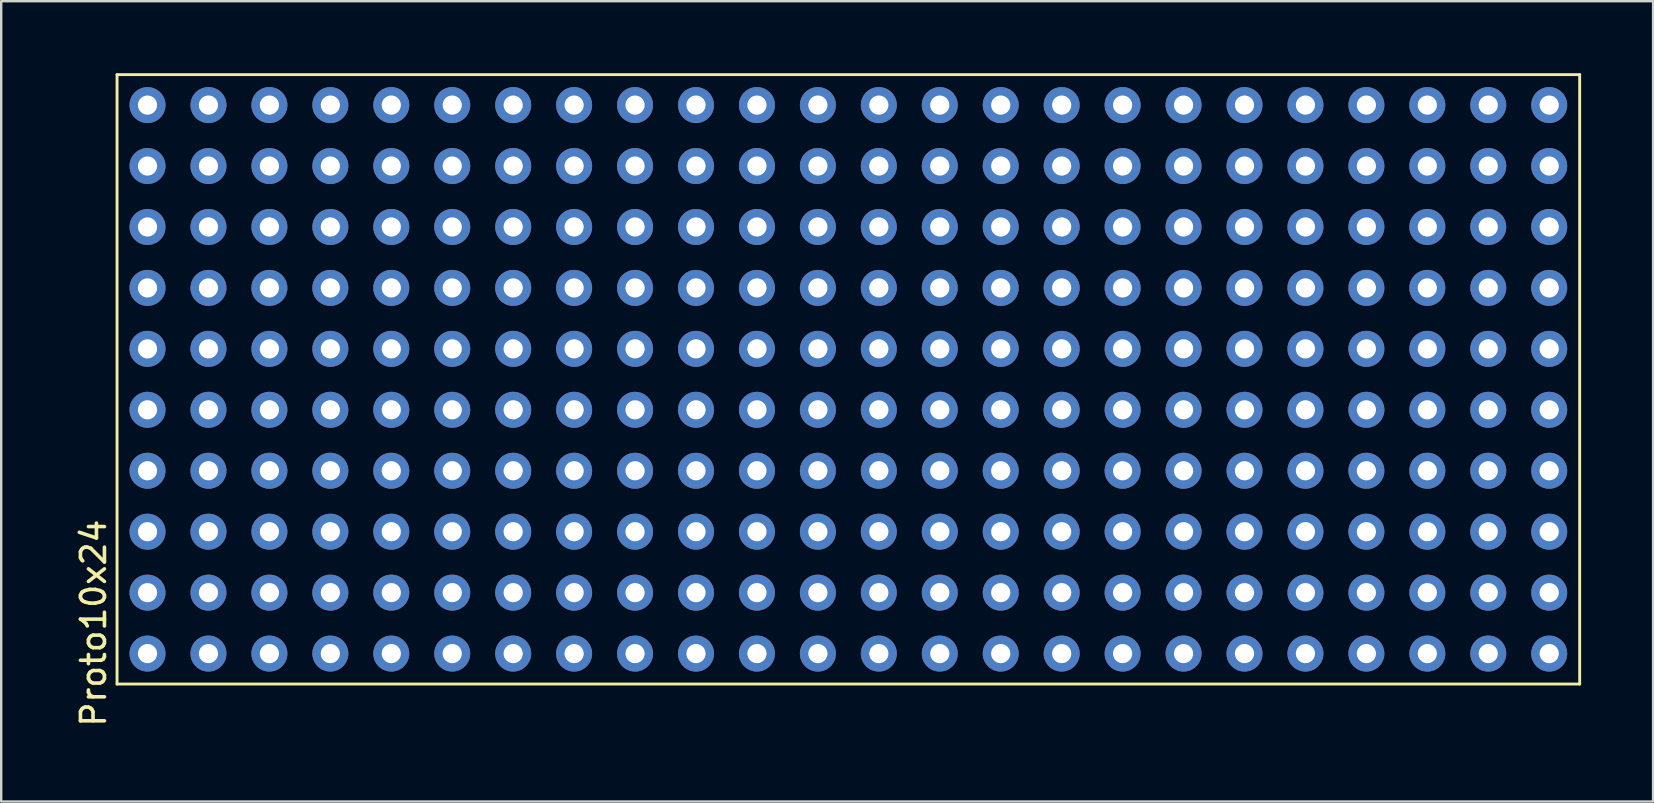
<source format=kicad_pcb>
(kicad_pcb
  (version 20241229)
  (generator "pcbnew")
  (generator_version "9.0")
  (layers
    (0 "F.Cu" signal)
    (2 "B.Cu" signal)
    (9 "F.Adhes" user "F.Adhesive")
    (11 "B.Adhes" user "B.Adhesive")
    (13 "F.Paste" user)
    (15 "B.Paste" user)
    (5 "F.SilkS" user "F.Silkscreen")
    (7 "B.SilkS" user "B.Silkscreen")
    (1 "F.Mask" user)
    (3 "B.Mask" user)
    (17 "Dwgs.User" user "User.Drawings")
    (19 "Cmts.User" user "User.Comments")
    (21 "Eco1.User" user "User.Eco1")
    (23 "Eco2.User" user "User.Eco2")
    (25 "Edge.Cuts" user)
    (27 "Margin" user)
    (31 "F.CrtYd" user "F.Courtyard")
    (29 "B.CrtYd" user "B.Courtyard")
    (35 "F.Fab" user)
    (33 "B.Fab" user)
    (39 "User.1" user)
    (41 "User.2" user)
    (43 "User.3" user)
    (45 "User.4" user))
  (footprint "Proto10x24"
    (layer "F.Cu")
    (at 32.308 22.92)
    (property "Reference" "Proto10x24" (at -31.46 0 90) (layer "F.SilkS") (effects (font (size 1 1) (thickness 0.15))))
    (attr through_hole)
    (fp_line (start -30.48 -22.86) (end 30.48 -22.86) (stroke (width 0.12) (type solid)) (layer "F.SilkS"))
    (fp_line (start -30.48 2.54) (end -30.48 -22.86) (stroke (width 0.12) (type solid)) (layer "F.SilkS"))
    (fp_line (start 30.48 -22.86) (end 30.48 2.54) (stroke (width 0.12) (type solid)) (layer "F.SilkS"))
    (fp_line (start 30.48 2.54) (end -30.48 2.54) (stroke (width 0.12) (type solid)) (layer "F.SilkS"))
    (pad "1" thru_hole circle (at -29.21 -19.05) (size 1.5 1.5) (drill 0.8) (layers "*.Cu" "*.Mask"))
    (pad "1" thru_hole circle (at -29.21 -13.97) (size 1.5 1.5) (drill 0.8) (layers "*.Cu" "*.Mask"))
    (pad "1" thru_hole circle (at -29.21 -8.89) (size 1.5 1.5) (drill 0.8) (layers "*.Cu" "*.Mask"))
    (pad "1" thru_hole circle (at -29.21 -3.81) (size 1.5 1.5) (drill 0.8) (layers "*.Cu" "*.Mask"))
    (pad "1" thru_hole circle (at -29.21 1.27) (size 1.5 1.5) (drill 0.8) (layers "*.Cu" "*.Mask"))
    (pad "2" thru_hole circle (at -26.67 -19.05) (size 1.5 1.5) (drill 0.8) (layers "*.Cu" "*.Mask"))
    (pad "2" thru_hole circle (at -26.67 -13.97) (size 1.5 1.5) (drill 0.8) (layers "*.Cu" "*.Mask"))
    (pad "2" thru_hole circle (at -26.67 -8.89) (size 1.5 1.5) (drill 0.8) (layers "*.Cu" "*.Mask"))
    (pad "2" thru_hole circle (at -26.67 -3.81) (size 1.5 1.5) (drill 0.8) (layers "*.Cu" "*.Mask"))
    (pad "2" thru_hole circle (at -26.67 1.27) (size 1.5 1.5) (drill 0.8) (layers "*.Cu" "*.Mask"))
    (pad "3" thru_hole circle (at -24.13 -19.05) (size 1.5 1.5) (drill 0.8) (layers "*.Cu" "*.Mask"))
    (pad "3" thru_hole circle (at -24.13 -13.97) (size 1.5 1.5) (drill 0.8) (layers "*.Cu" "*.Mask"))
    (pad "3" thru_hole circle (at -24.13 -8.89) (size 1.5 1.5) (drill 0.8) (layers "*.Cu" "*.Mask"))
    (pad "3" thru_hole circle (at -24.13 -3.81) (size 1.5 1.5) (drill 0.8) (layers "*.Cu" "*.Mask"))
    (pad "3" thru_hole circle (at -24.13 1.27) (size 1.5 1.5) (drill 0.8) (layers "*.Cu" "*.Mask"))
    (pad "4" thru_hole circle (at -21.59 -19.05) (size 1.5 1.5) (drill 0.8) (layers "*.Cu" "*.Mask"))
    (pad "4" thru_hole circle (at -21.59 -13.97) (size 1.5 1.5) (drill 0.8) (layers "*.Cu" "*.Mask"))
    (pad "4" thru_hole circle (at -21.59 -8.89) (size 1.5 1.5) (drill 0.8) (layers "*.Cu" "*.Mask"))
    (pad "4" thru_hole circle (at -21.59 -3.81) (size 1.5 1.5) (drill 0.8) (layers "*.Cu" "*.Mask"))
    (pad "4" thru_hole circle (at -21.59 1.27) (size 1.5 1.5) (drill 0.8) (layers "*.Cu" "*.Mask"))
    (pad "5" thru_hole circle (at -19.05 -19.05) (size 1.5 1.5) (drill 0.8) (layers "*.Cu" "*.Mask"))
    (pad "5" thru_hole circle (at -19.05 -13.97) (size 1.5 1.5) (drill 0.8) (layers "*.Cu" "*.Mask"))
    (pad "5" thru_hole circle (at -19.05 -8.89) (size 1.5 1.5) (drill 0.8) (layers "*.Cu" "*.Mask"))
    (pad "5" thru_hole circle (at -19.05 -3.81) (size 1.5 1.5) (drill 0.8) (layers "*.Cu" "*.Mask"))
    (pad "5" thru_hole circle (at -19.05 1.27) (size 1.5 1.5) (drill 0.8) (layers "*.Cu" "*.Mask"))
    (pad "6" thru_hole circle (at -16.51 -19.05) (size 1.5 1.5) (drill 0.8) (layers "*.Cu" "*.Mask"))
    (pad "6" thru_hole circle (at -16.51 -13.97) (size 1.5 1.5) (drill 0.8) (layers "*.Cu" "*.Mask"))
    (pad "6" thru_hole circle (at -16.51 -8.89) (size 1.5 1.5) (drill 0.8) (layers "*.Cu" "*.Mask"))
    (pad "6" thru_hole circle (at -16.51 -3.81) (size 1.5 1.5) (drill 0.8) (layers "*.Cu" "*.Mask"))
    (pad "6" thru_hole circle (at -16.51 1.27) (size 1.5 1.5) (drill 0.8) (layers "*.Cu" "*.Mask"))
    (pad "7" thru_hole circle (at -13.97 -19.05) (size 1.5 1.5) (drill 0.8) (layers "*.Cu" "*.Mask"))
    (pad "7" thru_hole circle (at -13.97 -13.97) (size 1.5 1.5) (drill 0.8) (layers "*.Cu" "*.Mask"))
    (pad "7" thru_hole circle (at -13.97 -8.89) (size 1.5 1.5) (drill 0.8) (layers "*.Cu" "*.Mask"))
    (pad "7" thru_hole circle (at -13.97 -3.81) (size 1.5 1.5) (drill 0.8) (layers "*.Cu" "*.Mask"))
    (pad "7" thru_hole circle (at -13.97 1.27) (size 1.5 1.5) (drill 0.8) (layers "*.Cu" "*.Mask"))
    (pad "8" thru_hole circle (at -11.43 -19.05) (size 1.5 1.5) (drill 0.8) (layers "*.Cu" "*.Mask"))
    (pad "8" thru_hole circle (at -11.43 -13.97) (size 1.5 1.5) (drill 0.8) (layers "*.Cu" "*.Mask"))
    (pad "8" thru_hole circle (at -11.43 -8.89) (size 1.5 1.5) (drill 0.8) (layers "*.Cu" "*.Mask"))
    (pad "8" thru_hole circle (at -11.43 -3.81) (size 1.5 1.5) (drill 0.8) (layers "*.Cu" "*.Mask"))
    (pad "8" thru_hole circle (at -11.43 1.27) (size 1.5 1.5) (drill 0.8) (layers "*.Cu" "*.Mask"))
    (pad "9" thru_hole circle (at -8.89 -19.05) (size 1.5 1.5) (drill 0.8) (layers "*.Cu" "*.Mask"))
    (pad "9" thru_hole circle (at -8.89 -13.97) (size 1.5 1.5) (drill 0.8) (layers "*.Cu" "*.Mask"))
    (pad "9" thru_hole circle (at -8.89 -8.89) (size 1.5 1.5) (drill 0.8) (layers "*.Cu" "*.Mask"))
    (pad "9" thru_hole circle (at -8.89 -3.81) (size 1.5 1.5) (drill 0.8) (layers "*.Cu" "*.Mask"))
    (pad "9" thru_hole circle (at -8.89 1.27) (size 1.5 1.5) (drill 0.8) (layers "*.Cu" "*.Mask"))
    (pad "10" thru_hole circle (at -6.35 -19.05) (size 1.5 1.5) (drill 0.8) (layers "*.Cu" "*.Mask"))
    (pad "10" thru_hole circle (at -6.35 -13.97) (size 1.5 1.5) (drill 0.8) (layers "*.Cu" "*.Mask"))
    (pad "10" thru_hole circle (at -6.35 -8.89) (size 1.5 1.5) (drill 0.8) (layers "*.Cu" "*.Mask"))
    (pad "10" thru_hole circle (at -6.35 -3.81) (size 1.5 1.5) (drill 0.8) (layers "*.Cu" "*.Mask"))
    (pad "10" thru_hole circle (at -6.35 1.27) (size 1.5 1.5) (drill 0.8) (layers "*.Cu" "*.Mask"))
    (pad "11" thru_hole circle (at -3.81 -19.05) (size 1.5 1.5) (drill 0.8) (layers "*.Cu" "*.Mask"))
    (pad "11" thru_hole circle (at -3.81 -13.97) (size 1.5 1.5) (drill 0.8) (layers "*.Cu" "*.Mask"))
    (pad "11" thru_hole circle (at -3.81 -8.89) (size 1.5 1.5) (drill 0.8) (layers "*.Cu" "*.Mask"))
    (pad "11" thru_hole circle (at -3.81 -3.81) (size 1.5 1.5) (drill 0.8) (layers "*.Cu" "*.Mask"))
    (pad "11" thru_hole circle (at -3.81 1.27) (size 1.5 1.5) (drill 0.8) (layers "*.Cu" "*.Mask"))
    (pad "12" thru_hole circle (at -1.27 -19.05) (size 1.5 1.5) (drill 0.8) (layers "*.Cu" "*.Mask"))
    (pad "12" thru_hole circle (at -1.27 -13.97) (size 1.5 1.5) (drill 0.8) (layers "*.Cu" "*.Mask"))
    (pad "12" thru_hole circle (at -1.27 -8.89) (size 1.5 1.5) (drill 0.8) (layers "*.Cu" "*.Mask"))
    (pad "12" thru_hole circle (at -1.27 -3.81) (size 1.5 1.5) (drill 0.8) (layers "*.Cu" "*.Mask"))
    (pad "12" thru_hole circle (at -1.27 1.27) (size 1.5 1.5) (drill 0.8) (layers "*.Cu" "*.Mask"))
    (pad "13" thru_hole circle (at 1.27 -19.05) (size 1.5 1.5) (drill 0.8) (layers "*.Cu" "*.Mask"))
    (pad "13" thru_hole circle (at 1.27 -13.97) (size 1.5 1.5) (drill 0.8) (layers "*.Cu" "*.Mask"))
    (pad "13" thru_hole circle (at 1.27 -8.89) (size 1.5 1.5) (drill 0.8) (layers "*.Cu" "*.Mask"))
    (pad "13" thru_hole circle (at 1.27 -3.81) (size 1.5 1.5) (drill 0.8) (layers "*.Cu" "*.Mask"))
    (pad "13" thru_hole circle (at 1.27 1.27) (size 1.5 1.5) (drill 0.8) (layers "*.Cu" "*.Mask"))
    (pad "14" thru_hole circle (at 3.81 -19.05) (size 1.5 1.5) (drill 0.8) (layers "*.Cu" "*.Mask"))
    (pad "14" thru_hole circle (at 3.81 -13.97) (size 1.5 1.5) (drill 0.8) (layers "*.Cu" "*.Mask"))
    (pad "14" thru_hole circle (at 3.81 -8.89) (size 1.5 1.5) (drill 0.8) (layers "*.Cu" "*.Mask"))
    (pad "14" thru_hole circle (at 3.81 -3.81) (size 1.5 1.5) (drill 0.8) (layers "*.Cu" "*.Mask"))
    (pad "14" thru_hole circle (at 3.81 1.27) (size 1.5 1.5) (drill 0.8) (layers "*.Cu" "*.Mask"))
    (pad "15" thru_hole circle (at 6.35 -19.05) (size 1.5 1.5) (drill 0.8) (layers "*.Cu" "*.Mask"))
    (pad "15" thru_hole circle (at 6.35 -13.97) (size 1.5 1.5) (drill 0.8) (layers "*.Cu" "*.Mask"))
    (pad "15" thru_hole circle (at 6.35 -8.89) (size 1.5 1.5) (drill 0.8) (layers "*.Cu" "*.Mask"))
    (pad "15" thru_hole circle (at 6.35 -3.81) (size 1.5 1.5) (drill 0.8) (layers "*.Cu" "*.Mask"))
    (pad "15" thru_hole circle (at 6.35 1.27) (size 1.5 1.5) (drill 0.8) (layers "*.Cu" "*.Mask"))
    (pad "16" thru_hole circle (at 8.89 -19.05) (size 1.5 1.5) (drill 0.8) (layers "*.Cu" "*.Mask"))
    (pad "16" thru_hole circle (at 8.89 -13.97) (size 1.5 1.5) (drill 0.8) (layers "*.Cu" "*.Mask"))
    (pad "16" thru_hole circle (at 8.89 -8.89) (size 1.5 1.5) (drill 0.8) (layers "*.Cu" "*.Mask"))
    (pad "16" thru_hole circle (at 8.89 -3.81) (size 1.5 1.5) (drill 0.8) (layers "*.Cu" "*.Mask"))
    (pad "16" thru_hole circle (at 8.89 1.27) (size 1.5 1.5) (drill 0.8) (layers "*.Cu" "*.Mask"))
    (pad "17" thru_hole circle (at 11.43 -19.05) (size 1.5 1.5) (drill 0.8) (layers "*.Cu" "*.Mask"))
    (pad "17" thru_hole circle (at 11.43 -13.97) (size 1.5 1.5) (drill 0.8) (layers "*.Cu" "*.Mask"))
    (pad "17" thru_hole circle (at 11.43 -8.89) (size 1.5 1.5) (drill 0.8) (layers "*.Cu" "*.Mask"))
    (pad "17" thru_hole circle (at 11.43 -3.81) (size 1.5 1.5) (drill 0.8) (layers "*.Cu" "*.Mask"))
    (pad "17" thru_hole circle (at 11.43 1.27) (size 1.5 1.5) (drill 0.8) (layers "*.Cu" "*.Mask"))
    (pad "18" thru_hole circle (at 13.97 -19.05) (size 1.5 1.5) (drill 0.8) (layers "*.Cu" "*.Mask"))
    (pad "18" thru_hole circle (at 13.97 -13.97) (size 1.5 1.5) (drill 0.8) (layers "*.Cu" "*.Mask"))
    (pad "18" thru_hole circle (at 13.97 -8.89) (size 1.5 1.5) (drill 0.8) (layers "*.Cu" "*.Mask"))
    (pad "18" thru_hole circle (at 13.97 -3.81) (size 1.5 1.5) (drill 0.8) (layers "*.Cu" "*.Mask"))
    (pad "18" thru_hole circle (at 13.97 1.27) (size 1.5 1.5) (drill 0.8) (layers "*.Cu" "*.Mask"))
    (pad "19" thru_hole circle (at 16.51 -19.05) (size 1.5 1.5) (drill 0.8) (layers "*.Cu" "*.Mask"))
    (pad "19" thru_hole circle (at 16.51 -13.97) (size 1.5 1.5) (drill 0.8) (layers "*.Cu" "*.Mask"))
    (pad "19" thru_hole circle (at 16.51 -8.89) (size 1.5 1.5) (drill 0.8) (layers "*.Cu" "*.Mask"))
    (pad "19" thru_hole circle (at 16.51 -3.81) (size 1.5 1.5) (drill 0.8) (layers "*.Cu" "*.Mask"))
    (pad "19" thru_hole circle (at 16.51 1.27) (size 1.5 1.5) (drill 0.8) (layers "*.Cu" "*.Mask"))
    (pad "20" thru_hole circle (at 19.05 -19.05) (size 1.5 1.5) (drill 0.8) (layers "*.Cu" "*.Mask"))
    (pad "20" thru_hole circle (at 19.05 -13.97) (size 1.5 1.5) (drill 0.8) (layers "*.Cu" "*.Mask"))
    (pad "20" thru_hole circle (at 19.05 -8.89) (size 1.5 1.5) (drill 0.8) (layers "*.Cu" "*.Mask"))
    (pad "20" thru_hole circle (at 19.05 -3.81) (size 1.5 1.5) (drill 0.8) (layers "*.Cu" "*.Mask"))
    (pad "20" thru_hole circle (at 19.05 1.27) (size 1.5 1.5) (drill 0.8) (layers "*.Cu" "*.Mask"))
    (pad "21" thru_hole circle (at 21.59 -19.05) (size 1.5 1.5) (drill 0.8) (layers "*.Cu" "*.Mask"))
    (pad "21" thru_hole circle (at 21.59 -13.97) (size 1.5 1.5) (drill 0.8) (layers "*.Cu" "*.Mask"))
    (pad "21" thru_hole circle (at 21.59 -8.89) (size 1.5 1.5) (drill 0.8) (layers "*.Cu" "*.Mask"))
    (pad "21" thru_hole circle (at 21.59 -3.81) (size 1.5 1.5) (drill 0.8) (layers "*.Cu" "*.Mask"))
    (pad "21" thru_hole circle (at 21.59 1.27) (size 1.5 1.5) (drill 0.8) (layers "*.Cu" "*.Mask"))
    (pad "22" thru_hole circle (at 24.13 -19.05) (size 1.5 1.5) (drill 0.8) (layers "*.Cu" "*.Mask"))
    (pad "22" thru_hole circle (at 24.13 -13.97) (size 1.5 1.5) (drill 0.8) (layers "*.Cu" "*.Mask"))
    (pad "22" thru_hole circle (at 24.13 -8.89) (size 1.5 1.5) (drill 0.8) (layers "*.Cu" "*.Mask"))
    (pad "22" thru_hole circle (at 24.13 -3.81) (size 1.5 1.5) (drill 0.8) (layers "*.Cu" "*.Mask"))
    (pad "22" thru_hole circle (at 24.13 1.27) (size 1.5 1.5) (drill 0.8) (layers "*.Cu" "*.Mask"))
    (pad "23" thru_hole circle (at 26.67 -19.05) (size 1.5 1.5) (drill 0.8) (layers "*.Cu" "*.Mask"))
    (pad "23" thru_hole circle (at 26.67 -13.97) (size 1.5 1.5) (drill 0.8) (layers "*.Cu" "*.Mask"))
    (pad "23" thru_hole circle (at 26.67 -8.89) (size 1.5 1.5) (drill 0.8) (layers "*.Cu" "*.Mask"))
    (pad "23" thru_hole circle (at 26.67 -3.81) (size 1.5 1.5) (drill 0.8) (layers "*.Cu" "*.Mask"))
    (pad "23" thru_hole circle (at 26.67 1.27) (size 1.5 1.5) (drill 0.8) (layers "*.Cu" "*.Mask"))
    (pad "24" thru_hole circle (at 29.21 -19.05) (size 1.5 1.5) (drill 0.8) (layers "*.Cu" "*.Mask"))
    (pad "24" thru_hole circle (at 29.21 -13.97) (size 1.5 1.5) (drill 0.8) (layers "*.Cu" "*.Mask"))
    (pad "24" thru_hole circle (at 29.21 -8.89) (size 1.5 1.5) (drill 0.8) (layers "*.Cu" "*.Mask"))
    (pad "24" thru_hole circle (at 29.21 -3.81) (size 1.5 1.5) (drill 0.8) (layers "*.Cu" "*.Mask"))
    (pad "24" thru_hole circle (at 29.21 1.27) (size 1.5 1.5) (drill 0.8) (layers "*.Cu" "*.Mask"))
    (pad "25" thru_hole circle (at 29.21 -21.59) (size 1.5 1.5) (drill 0.8) (layers "*.Cu" "*.Mask"))
    (pad "25" thru_hole circle (at 29.21 -16.51) (size 1.5 1.5) (drill 0.8) (layers "*.Cu" "*.Mask"))
    (pad "25" thru_hole circle (at 29.21 -11.43) (size 1.5 1.5) (drill 0.8) (layers "*.Cu" "*.Mask"))
    (pad "25" thru_hole circle (at 29.21 -6.35) (size 1.5 1.5) (drill 0.8) (layers "*.Cu" "*.Mask"))
    (pad "25" thru_hole circle (at 29.21 -1.27) (size 1.5 1.5) (drill 0.8) (layers "*.Cu" "*.Mask"))
    (pad "26" thru_hole circle (at 26.67 -21.59) (size 1.5 1.5) (drill 0.8) (layers "*.Cu" "*.Mask"))
    (pad "26" thru_hole circle (at 26.67 -16.51) (size 1.5 1.5) (drill 0.8) (layers "*.Cu" "*.Mask"))
    (pad "26" thru_hole circle (at 26.67 -11.43) (size 1.5 1.5) (drill 0.8) (layers "*.Cu" "*.Mask"))
    (pad "26" thru_hole circle (at 26.67 -6.35) (size 1.5 1.5) (drill 0.8) (layers "*.Cu" "*.Mask"))
    (pad "26" thru_hole circle (at 26.67 -1.27) (size 1.5 1.5) (drill 0.8) (layers "*.Cu" "*.Mask"))
    (pad "27" thru_hole circle (at 24.13 -21.59) (size 1.5 1.5) (drill 0.8) (layers "*.Cu" "*.Mask"))
    (pad "27" thru_hole circle (at 24.13 -16.51) (size 1.5 1.5) (drill 0.8) (layers "*.Cu" "*.Mask"))
    (pad "27" thru_hole circle (at 24.13 -11.43) (size 1.5 1.5) (drill 0.8) (layers "*.Cu" "*.Mask"))
    (pad "27" thru_hole circle (at 24.13 -6.35) (size 1.5 1.5) (drill 0.8) (layers "*.Cu" "*.Mask"))
    (pad "27" thru_hole circle (at 24.13 -1.27) (size 1.5 1.5) (drill 0.8) (layers "*.Cu" "*.Mask"))
    (pad "28" thru_hole circle (at 21.59 -21.59) (size 1.5 1.5) (drill 0.8) (layers "*.Cu" "*.Mask"))
    (pad "28" thru_hole circle (at 21.59 -16.51) (size 1.5 1.5) (drill 0.8) (layers "*.Cu" "*.Mask"))
    (pad "28" thru_hole circle (at 21.59 -11.43) (size 1.5 1.5) (drill 0.8) (layers "*.Cu" "*.Mask"))
    (pad "28" thru_hole circle (at 21.59 -6.35) (size 1.5 1.5) (drill 0.8) (layers "*.Cu" "*.Mask"))
    (pad "28" thru_hole circle (at 21.59 -1.27) (size 1.5 1.5) (drill 0.8) (layers "*.Cu" "*.Mask"))
    (pad "29" thru_hole circle (at 19.05 -21.59) (size 1.5 1.5) (drill 0.8) (layers "*.Cu" "*.Mask"))
    (pad "29" thru_hole circle (at 19.05 -16.51) (size 1.5 1.5) (drill 0.8) (layers "*.Cu" "*.Mask"))
    (pad "29" thru_hole circle (at 19.05 -11.43) (size 1.5 1.5) (drill 0.8) (layers "*.Cu" "*.Mask"))
    (pad "29" thru_hole circle (at 19.05 -6.35) (size 1.5 1.5) (drill 0.8) (layers "*.Cu" "*.Mask"))
    (pad "29" thru_hole circle (at 19.05 -1.27) (size 1.5 1.5) (drill 0.8) (layers "*.Cu" "*.Mask"))
    (pad "30" thru_hole circle (at 16.51 -21.59) (size 1.5 1.5) (drill 0.8) (layers "*.Cu" "*.Mask"))
    (pad "30" thru_hole circle (at 16.51 -16.51) (size 1.5 1.5) (drill 0.8) (layers "*.Cu" "*.Mask"))
    (pad "30" thru_hole circle (at 16.51 -11.43) (size 1.5 1.5) (drill 0.8) (layers "*.Cu" "*.Mask"))
    (pad "30" thru_hole circle (at 16.51 -6.35) (size 1.5 1.5) (drill 0.8) (layers "*.Cu" "*.Mask"))
    (pad "30" thru_hole circle (at 16.51 -1.27) (size 1.5 1.5) (drill 0.8) (layers "*.Cu" "*.Mask"))
    (pad "31" thru_hole circle (at 13.97 -21.59) (size 1.5 1.5) (drill 0.8) (layers "*.Cu" "*.Mask"))
    (pad "31" thru_hole circle (at 13.97 -16.51) (size 1.5 1.5) (drill 0.8) (layers "*.Cu" "*.Mask"))
    (pad "31" thru_hole circle (at 13.97 -11.43) (size 1.5 1.5) (drill 0.8) (layers "*.Cu" "*.Mask"))
    (pad "31" thru_hole circle (at 13.97 -6.35) (size 1.5 1.5) (drill 0.8) (layers "*.Cu" "*.Mask"))
    (pad "31" thru_hole circle (at 13.97 -1.27) (size 1.5 1.5) (drill 0.8) (layers "*.Cu" "*.Mask"))
    (pad "32" thru_hole circle (at 11.43 -21.59) (size 1.5 1.5) (drill 0.8) (layers "*.Cu" "*.Mask"))
    (pad "32" thru_hole circle (at 11.43 -16.51) (size 1.5 1.5) (drill 0.8) (layers "*.Cu" "*.Mask"))
    (pad "32" thru_hole circle (at 11.43 -11.43) (size 1.5 1.5) (drill 0.8) (layers "*.Cu" "*.Mask"))
    (pad "32" thru_hole circle (at 11.43 -6.35) (size 1.5 1.5) (drill 0.8) (layers "*.Cu" "*.Mask"))
    (pad "32" thru_hole circle (at 11.43 -1.27) (size 1.5 1.5) (drill 0.8) (layers "*.Cu" "*.Mask"))
    (pad "33" thru_hole circle (at 8.89 -21.59) (size 1.5 1.5) (drill 0.8) (layers "*.Cu" "*.Mask"))
    (pad "33" thru_hole circle (at 8.89 -16.51) (size 1.5 1.5) (drill 0.8) (layers "*.Cu" "*.Mask"))
    (pad "33" thru_hole circle (at 8.89 -11.43) (size 1.5 1.5) (drill 0.8) (layers "*.Cu" "*.Mask"))
    (pad "33" thru_hole circle (at 8.89 -6.35) (size 1.5 1.5) (drill 0.8) (layers "*.Cu" "*.Mask"))
    (pad "33" thru_hole circle (at 8.89 -1.27) (size 1.5 1.5) (drill 0.8) (layers "*.Cu" "*.Mask"))
    (pad "34" thru_hole circle (at 6.35 -21.59) (size 1.5 1.5) (drill 0.8) (layers "*.Cu" "*.Mask"))
    (pad "34" thru_hole circle (at 6.35 -16.51) (size 1.5 1.5) (drill 0.8) (layers "*.Cu" "*.Mask"))
    (pad "34" thru_hole circle (at 6.35 -11.43) (size 1.5 1.5) (drill 0.8) (layers "*.Cu" "*.Mask"))
    (pad "34" thru_hole circle (at 6.35 -6.35) (size 1.5 1.5) (drill 0.8) (layers "*.Cu" "*.Mask"))
    (pad "34" thru_hole circle (at 6.35 -1.27) (size 1.5 1.5) (drill 0.8) (layers "*.Cu" "*.Mask"))
    (pad "35" thru_hole circle (at 3.81 -21.59) (size 1.5 1.5) (drill 0.8) (layers "*.Cu" "*.Mask"))
    (pad "35" thru_hole circle (at 3.81 -16.51) (size 1.5 1.5) (drill 0.8) (layers "*.Cu" "*.Mask"))
    (pad "35" thru_hole circle (at 3.81 -11.43) (size 1.5 1.5) (drill 0.8) (layers "*.Cu" "*.Mask"))
    (pad "35" thru_hole circle (at 3.81 -6.35) (size 1.5 1.5) (drill 0.8) (layers "*.Cu" "*.Mask"))
    (pad "35" thru_hole circle (at 3.81 -1.27) (size 1.5 1.5) (drill 0.8) (layers "*.Cu" "*.Mask"))
    (pad "36" thru_hole circle (at 1.27 -21.59) (size 1.5 1.5) (drill 0.8) (layers "*.Cu" "*.Mask"))
    (pad "36" thru_hole circle (at 1.27 -16.51) (size 1.5 1.5) (drill 0.8) (layers "*.Cu" "*.Mask"))
    (pad "36" thru_hole circle (at 1.27 -11.43) (size 1.5 1.5) (drill 0.8) (layers "*.Cu" "*.Mask"))
    (pad "36" thru_hole circle (at 1.27 -6.35) (size 1.5 1.5) (drill 0.8) (layers "*.Cu" "*.Mask"))
    (pad "36" thru_hole circle (at 1.27 -1.27) (size 1.5 1.5) (drill 0.8) (layers "*.Cu" "*.Mask"))
    (pad "37" thru_hole circle (at -1.27 -21.59) (size 1.5 1.5) (drill 0.8) (layers "*.Cu" "*.Mask"))
    (pad "37" thru_hole circle (at -1.27 -16.51) (size 1.5 1.5) (drill 0.8) (layers "*.Cu" "*.Mask"))
    (pad "37" thru_hole circle (at -1.27 -11.43) (size 1.5 1.5) (drill 0.8) (layers "*.Cu" "*.Mask"))
    (pad "37" thru_hole circle (at -1.27 -6.35) (size 1.5 1.5) (drill 0.8) (layers "*.Cu" "*.Mask"))
    (pad "37" thru_hole circle (at -1.27 -1.27) (size 1.5 1.5) (drill 0.8) (layers "*.Cu" "*.Mask"))
    (pad "38" thru_hole circle (at -3.81 -21.59) (size 1.5 1.5) (drill 0.8) (layers "*.Cu" "*.Mask"))
    (pad "38" thru_hole circle (at -3.81 -16.51) (size 1.5 1.5) (drill 0.8) (layers "*.Cu" "*.Mask"))
    (pad "38" thru_hole circle (at -3.81 -11.43) (size 1.5 1.5) (drill 0.8) (layers "*.Cu" "*.Mask"))
    (pad "38" thru_hole circle (at -3.81 -6.35) (size 1.5 1.5) (drill 0.8) (layers "*.Cu" "*.Mask"))
    (pad "38" thru_hole circle (at -3.81 -1.27) (size 1.5 1.5) (drill 0.8) (layers "*.Cu" "*.Mask"))
    (pad "39" thru_hole circle (at -6.35 -21.59) (size 1.5 1.5) (drill 0.8) (layers "*.Cu" "*.Mask"))
    (pad "39" thru_hole circle (at -6.35 -16.51) (size 1.5 1.5) (drill 0.8) (layers "*.Cu" "*.Mask"))
    (pad "39" thru_hole circle (at -6.35 -11.43) (size 1.5 1.5) (drill 0.8) (layers "*.Cu" "*.Mask"))
    (pad "39" thru_hole circle (at -6.35 -6.35) (size 1.5 1.5) (drill 0.8) (layers "*.Cu" "*.Mask"))
    (pad "39" thru_hole circle (at -6.35 -1.27) (size 1.5 1.5) (drill 0.8) (layers "*.Cu" "*.Mask"))
    (pad "40" thru_hole circle (at -8.89 -21.59) (size 1.5 1.5) (drill 0.8) (layers "*.Cu" "*.Mask"))
    (pad "40" thru_hole circle (at -8.89 -16.51) (size 1.5 1.5) (drill 0.8) (layers "*.Cu" "*.Mask"))
    (pad "40" thru_hole circle (at -8.89 -11.43) (size 1.5 1.5) (drill 0.8) (layers "*.Cu" "*.Mask"))
    (pad "40" thru_hole circle (at -8.89 -6.35) (size 1.5 1.5) (drill 0.8) (layers "*.Cu" "*.Mask"))
    (pad "40" thru_hole circle (at -8.89 -1.27) (size 1.5 1.5) (drill 0.8) (layers "*.Cu" "*.Mask"))
    (pad "41" thru_hole circle (at -11.43 -21.59) (size 1.5 1.5) (drill 0.8) (layers "*.Cu" "*.Mask"))
    (pad "41" thru_hole circle (at -11.43 -16.51) (size 1.5 1.5) (drill 0.8) (layers "*.Cu" "*.Mask"))
    (pad "41" thru_hole circle (at -11.43 -11.43) (size 1.5 1.5) (drill 0.8) (layers "*.Cu" "*.Mask"))
    (pad "41" thru_hole circle (at -11.43 -6.35) (size 1.5 1.5) (drill 0.8) (layers "*.Cu" "*.Mask"))
    (pad "41" thru_hole circle (at -11.43 -1.27) (size 1.5 1.5) (drill 0.8) (layers "*.Cu" "*.Mask"))
    (pad "42" thru_hole circle (at -13.97 -21.59) (size 1.5 1.5) (drill 0.8) (layers "*.Cu" "*.Mask"))
    (pad "42" thru_hole circle (at -13.97 -16.51) (size 1.5 1.5) (drill 0.8) (layers "*.Cu" "*.Mask"))
    (pad "42" thru_hole circle (at -13.97 -11.43) (size 1.5 1.5) (drill 0.8) (layers "*.Cu" "*.Mask"))
    (pad "42" thru_hole circle (at -13.97 -6.35) (size 1.5 1.5) (drill 0.8) (layers "*.Cu" "*.Mask"))
    (pad "42" thru_hole circle (at -13.97 -1.27) (size 1.5 1.5) (drill 0.8) (layers "*.Cu" "*.Mask"))
    (pad "43" thru_hole circle (at -16.51 -21.59) (size 1.5 1.5) (drill 0.8) (layers "*.Cu" "*.Mask"))
    (pad "43" thru_hole circle (at -16.51 -16.51) (size 1.5 1.5) (drill 0.8) (layers "*.Cu" "*.Mask"))
    (pad "43" thru_hole circle (at -16.51 -11.43) (size 1.5 1.5) (drill 0.8) (layers "*.Cu" "*.Mask"))
    (pad "43" thru_hole circle (at -16.51 -6.35) (size 1.5 1.5) (drill 0.8) (layers "*.Cu" "*.Mask"))
    (pad "43" thru_hole circle (at -16.51 -1.27) (size 1.5 1.5) (drill 0.8) (layers "*.Cu" "*.Mask"))
    (pad "44" thru_hole circle (at -19.05 -21.59) (size 1.5 1.5) (drill 0.8) (layers "*.Cu" "*.Mask"))
    (pad "44" thru_hole circle (at -19.05 -16.51) (size 1.5 1.5) (drill 0.8) (layers "*.Cu" "*.Mask"))
    (pad "44" thru_hole circle (at -19.05 -11.43) (size 1.5 1.5) (drill 0.8) (layers "*.Cu" "*.Mask"))
    (pad "44" thru_hole circle (at -19.05 -6.35) (size 1.5 1.5) (drill 0.8) (layers "*.Cu" "*.Mask"))
    (pad "44" thru_hole circle (at -19.05 -1.27) (size 1.5 1.5) (drill 0.8) (layers "*.Cu" "*.Mask"))
    (pad "45" thru_hole circle (at -21.59 -21.59) (size 1.5 1.5) (drill 0.8) (layers "*.Cu" "*.Mask"))
    (pad "45" thru_hole circle (at -21.59 -16.51) (size 1.5 1.5) (drill 0.8) (layers "*.Cu" "*.Mask"))
    (pad "45" thru_hole circle (at -21.59 -11.43) (size 1.5 1.5) (drill 0.8) (layers "*.Cu" "*.Mask"))
    (pad "45" thru_hole circle (at -21.59 -6.35) (size 1.5 1.5) (drill 0.8) (layers "*.Cu" "*.Mask"))
    (pad "45" thru_hole circle (at -21.59 -1.27) (size 1.5 1.5) (drill 0.8) (layers "*.Cu" "*.Mask"))
    (pad "46" thru_hole circle (at -24.13 -21.59) (size 1.5 1.5) (drill 0.8) (layers "*.Cu" "*.Mask"))
    (pad "46" thru_hole circle (at -24.13 -16.51) (size 1.5 1.5) (drill 0.8) (layers "*.Cu" "*.Mask"))
    (pad "46" thru_hole circle (at -24.13 -11.43) (size 1.5 1.5) (drill 0.8) (layers "*.Cu" "*.Mask"))
    (pad "46" thru_hole circle (at -24.13 -6.35) (size 1.5 1.5) (drill 0.8) (layers "*.Cu" "*.Mask"))
    (pad "46" thru_hole circle (at -24.13 -1.27) (size 1.5 1.5) (drill 0.8) (layers "*.Cu" "*.Mask"))
    (pad "47" thru_hole circle (at -26.67 -21.59) (size 1.5 1.5) (drill 0.8) (layers "*.Cu" "*.Mask"))
    (pad "47" thru_hole circle (at -26.67 -16.51) (size 1.5 1.5) (drill 0.8) (layers "*.Cu" "*.Mask"))
    (pad "47" thru_hole circle (at -26.67 -11.43) (size 1.5 1.5) (drill 0.8) (layers "*.Cu" "*.Mask"))
    (pad "47" thru_hole circle (at -26.67 -6.35) (size 1.5 1.5) (drill 0.8) (layers "*.Cu" "*.Mask"))
    (pad "47" thru_hole circle (at -26.67 -1.27) (size 1.5 1.5) (drill 0.8) (layers "*.Cu" "*.Mask"))
    (pad "48" thru_hole circle (at -29.21 -21.59) (size 1.5 1.5) (drill 0.8) (layers "*.Cu" "*.Mask"))
    (pad "48" thru_hole circle (at -29.21 -16.51) (size 1.5 1.5) (drill 0.8) (layers "*.Cu" "*.Mask"))
    (pad "48" thru_hole circle (at -29.21 -11.43) (size 1.5 1.5) (drill 0.8) (layers "*.Cu" "*.Mask"))
    (pad "48" thru_hole circle (at -29.21 -6.35) (size 1.5 1.5) (drill 0.8) (layers "*.Cu" "*.Mask"))
    (pad "48" thru_hole circle (at -29.21 -1.27) (size 1.5 1.5) (drill 0.8) (layers "*.Cu" "*.Mask")))
  (gr_rect
    (start -3 -3)
    (end 65.848 30.355)
    (stroke (width 0.1) (type default))
    (fill no)
    (layer "Edge.Cuts")))
</source>
